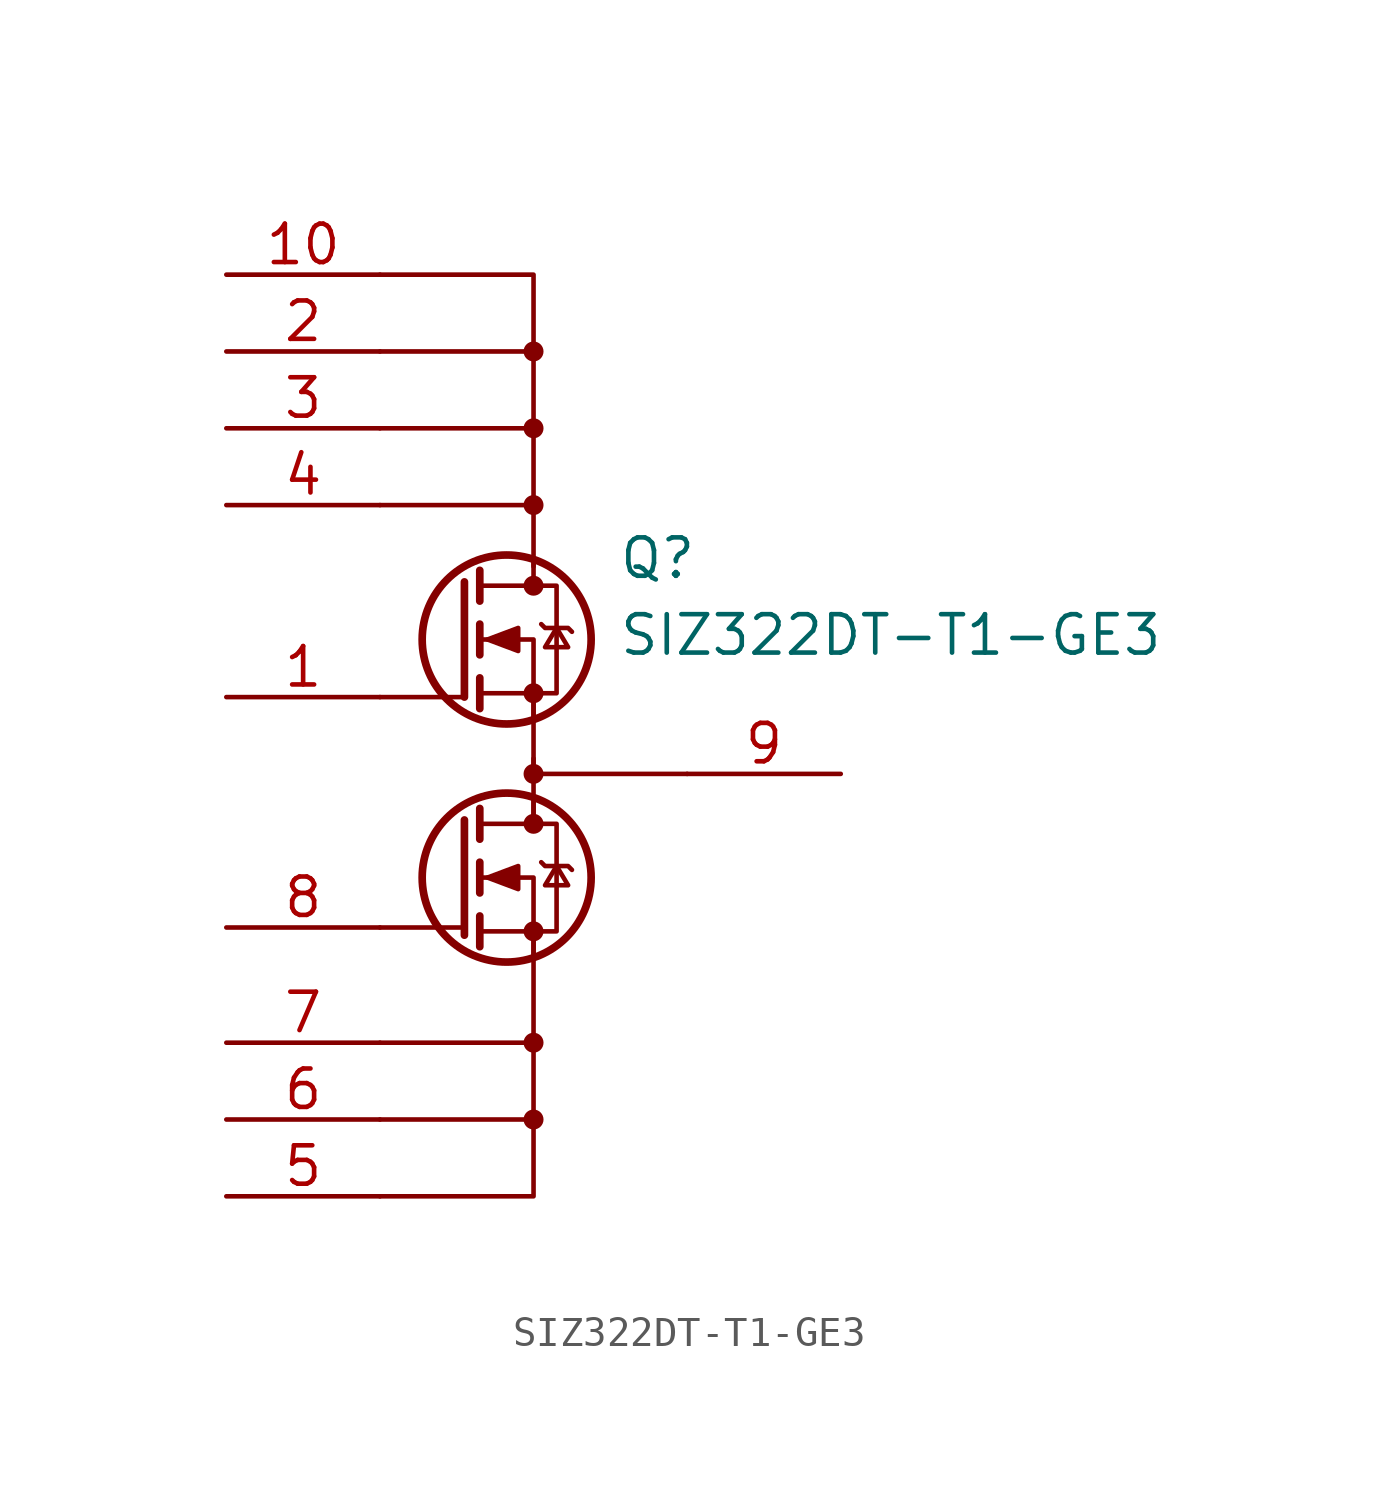
<source format=kicad_sym>
(kicad_symbol_lib
  (version 20220914)
  (generator kicad_symbol_editor)
  (symbol "SIZ322DT-T1-GE3"
    (property "Reference" "Q"
      (at 2.794 6.604 0)
      (effects (font (size 1.27 1.27)) (justify left top)))
    (property "Value" "SIZ322DT-T1-GE3"
      (at 2.794 4.064 0)
      (effects (font (size 1.27 1.27)) (justify left top)))
    (symbol "SIZ322DT-T1-GE3_0_1"
      (circle (center -0.889 -4.699) (radius 2.794) (stroke (width 0.254) (type default)) (fill (type none)))
      (circle (center -0.889 3.175) (radius 2.794) (stroke (width 0.254) (type default)) (fill (type none)))
      (circle (center 0 -12.7) (radius 0.254) (stroke (width 0) (type default)) (fill (type outline)))
      (circle (center 0 -10.16) (radius 0.254) (stroke (width 0) (type default)) (fill (type outline)))
      (circle (center 0 -6.477) (radius 0.254) (stroke (width 0) (type default)) (fill (type outline)))
      (circle (center 0 -2.921) (radius 0.254) (stroke (width 0) (type default)) (fill (type outline)))
      (circle (center 0 -1.27) (radius 0.254) (stroke (width 0) (type default)) (fill (type outline)))
      (polyline (pts (xy -5.08 -6.35) (xy -2.286 -6.35)) (stroke (width 0) (type default)) (fill (type none)))
      (polyline (pts (xy -5.08 1.27) (xy -2.286 1.27)) (stroke (width 0) (type default)) (fill (type none)))
      (polyline (pts (xy -5.08 7.62) (xy 0 7.62)) (stroke (width 0) (type default)) (fill (type none)))
      (polyline (pts (xy -5.08 10.16) (xy 0 10.16)) (stroke (width 0) (type default)) (fill (type none)))
      (polyline (pts (xy -2.286 -2.794) (xy -2.286 -6.604)) (stroke (width 0.254) (type default)) (fill (type none)))
      (polyline (pts (xy -2.286 5.08) (xy -2.286 1.27)) (stroke (width 0.254) (type default)) (fill (type none)))
      (polyline (pts (xy -1.778 -5.969) (xy -1.778 -6.985)) (stroke (width 0.254) (type default)) (fill (type none)))
      (polyline (pts (xy -1.778 -4.191) (xy -1.778 -5.207)) (stroke (width 0.254) (type default)) (fill (type none)))
      (polyline (pts (xy -1.778 -2.413) (xy -1.778 -3.429)) (stroke (width 0.254) (type default)) (fill (type none)))
      (polyline (pts (xy -1.778 1.905) (xy -1.778 0.889)) (stroke (width 0.254) (type default)) (fill (type none)))
      (polyline (pts (xy -1.778 3.683) (xy -1.778 2.667)) (stroke (width 0.254) (type default)) (fill (type none)))
      (polyline (pts (xy -1.778 5.461) (xy -1.778 4.445)) (stroke (width 0.254) (type default)) (fill (type none)))
      (polyline (pts (xy 0 -2.794) (xy 0 -0.762)) (stroke (width 0) (type default)) (fill (type none)))
      (polyline (pts (xy 0 -2.159) (xy 0 -2.921)) (stroke (width 0) (type default)) (fill (type none)))
      (polyline (pts (xy 0 5.715) (xy 0 4.953)) (stroke (width 0) (type default)) (fill (type none)))
      (polyline (pts (xy -5.08 -15.24) (xy 0 -15.24) (xy 0 -12.7)) (stroke (width 0) (type default)) (fill (type none)))
      (polyline (pts (xy -5.08 -12.7) (xy 0 -12.7) (xy 0 -10.16)) (stroke (width 0) (type default)) (fill (type none)))
      (polyline (pts (xy -5.08 -10.16) (xy 0 -10.16) (xy 0 -6.604)) (stroke (width 0) (type default)) (fill (type none)))
      (polyline (pts (xy -5.08 12.7) (xy 0 12.7) (xy 0 5.588)) (stroke (width 0) (type default)) (fill (type none)))
      (polyline (pts (xy -5.08 15.24) (xy 0 15.24) (xy 0 12.7)) (stroke (width 0) (type default)) (fill (type none)))
      (polyline (pts (xy 0 -7.239) (xy 0 -4.699) (xy -1.778 -4.699)) (stroke (width 0) (type default)) (fill (type none)))
      (polyline (pts (xy 0 0.635) (xy 0 3.175) (xy -1.778 3.175)) (stroke (width 0) (type default)) (fill (type none)))
      (polyline (pts (xy 5.08 -1.27) (xy 0 -1.27) (xy 0 1.27)) (stroke (width 0) (type default)) (fill (type none)))
      (polyline (pts (xy -1.778 -6.477) (xy 0.762 -6.477) (xy 0.762 -2.921) (xy -1.778 -2.921)) (stroke (width 0) (type default)) (fill (type none)))
      (polyline (pts (xy -1.778 1.397) (xy 0.762 1.397) (xy 0.762 4.953) (xy -1.778 4.953)) (stroke (width 0) (type default)) (fill (type none)))
      (polyline (pts (xy -1.524 -4.699) (xy -0.508 -4.318) (xy -0.508 -5.08) (xy -1.524 -4.699)) (stroke (width 0) (type default)) (fill (type outline)))
      (polyline (pts (xy -1.524 3.175) (xy -0.508 3.556) (xy -0.508 2.794) (xy -1.524 3.175)) (stroke (width 0) (type default)) (fill (type outline)))
      (polyline (pts (xy 0.254 -4.191) (xy 0.381 -4.318) (xy 1.143 -4.318) (xy 1.27 -4.445)) (stroke (width 0) (type default)) (fill (type none)))
      (polyline (pts (xy 0.254 3.683) (xy 0.381 3.556) (xy 1.143 3.556) (xy 1.27 3.429)) (stroke (width 0) (type default)) (fill (type none)))
      (polyline (pts (xy 0.762 -4.318) (xy 0.381 -4.953) (xy 1.143 -4.953) (xy 0.762 -4.318)) (stroke (width 0) (type default)) (fill (type none)))
      (polyline (pts (xy 0.762 3.556) (xy 0.381 2.921) (xy 1.143 2.921) (xy 0.762 3.556)) (stroke (width 0) (type default)) (fill (type none)))
      (circle (center 0 1.397) (radius 0.254) (stroke (width 0) (type default)) (fill (type outline)))
      (circle (center 0 4.953) (radius 0.254) (stroke (width 0) (type default)) (fill (type outline)))
      (circle (center 0 7.62) (radius 0.254) (stroke (width 0) (type default)) (fill (type outline)))
      (circle (center 0 10.16) (radius 0.254) (stroke (width 0) (type default)) (fill (type outline)))
      (circle (center 0 12.7) (radius 0.254) (stroke (width 0) (type default)) (fill (type outline))))
    (symbol "SIZ322DT-T1-GE3_1_1"
      (pin passive line (at -10.16 1.27 0) (length 5.08) (name "" (effects (font (size 1.27 1.27)))) (number "1" (effects (font (size 1.27 1.27)))))
      (pin passive line (at -10.16 15.24 0) (length 5.08) (name "" (effects (font (size 1.27 1.27)))) (number "10" (effects (font (size 1.27 1.27)))))
      (pin passive line (at -10.16 12.7 0) (length 5.08) (name "" (effects (font (size 1.27 1.27)))) (number "2" (effects (font (size 1.27 1.27)))))
      (pin passive line (at -10.16 10.16 0) (length 5.08) (name "" (effects (font (size 1.27 1.27)))) (number "3" (effects (font (size 1.27 1.27)))))
      (pin passive line (at -10.16 7.62 0) (length 5.08) (name "" (effects (font (size 1.27 1.27)))) (number "4" (effects (font (size 1.27 1.27)))))
      (pin passive line (at -10.16 -15.24 0) (length 5.08) (name "" (effects (font (size 1.27 1.27)))) (number "5" (effects (font (size 1.27 1.27)))))
      (pin passive line (at -10.16 -12.7 0) (length 5.08) (name "" (effects (font (size 1.27 1.27)))) (number "6" (effects (font (size 1.27 1.27)))))
      (pin passive line (at -10.16 -10.16 0) (length 5.08) (name "" (effects (font (size 1.27 1.27)))) (number "7" (effects (font (size 1.27 1.27)))))
      (pin passive line (at -10.16 -6.35 0) (length 5.08) (name "" (effects (font (size 1.27 1.27)))) (number "8" (effects (font (size 1.27 1.27)))))
      (pin passive line (at 10.16 -1.27 180) (length 5.08) (name "" (effects (font (size 1.27 1.27)))) (number "9" (effects (font (size 1.27 1.27))))))))
</source>
